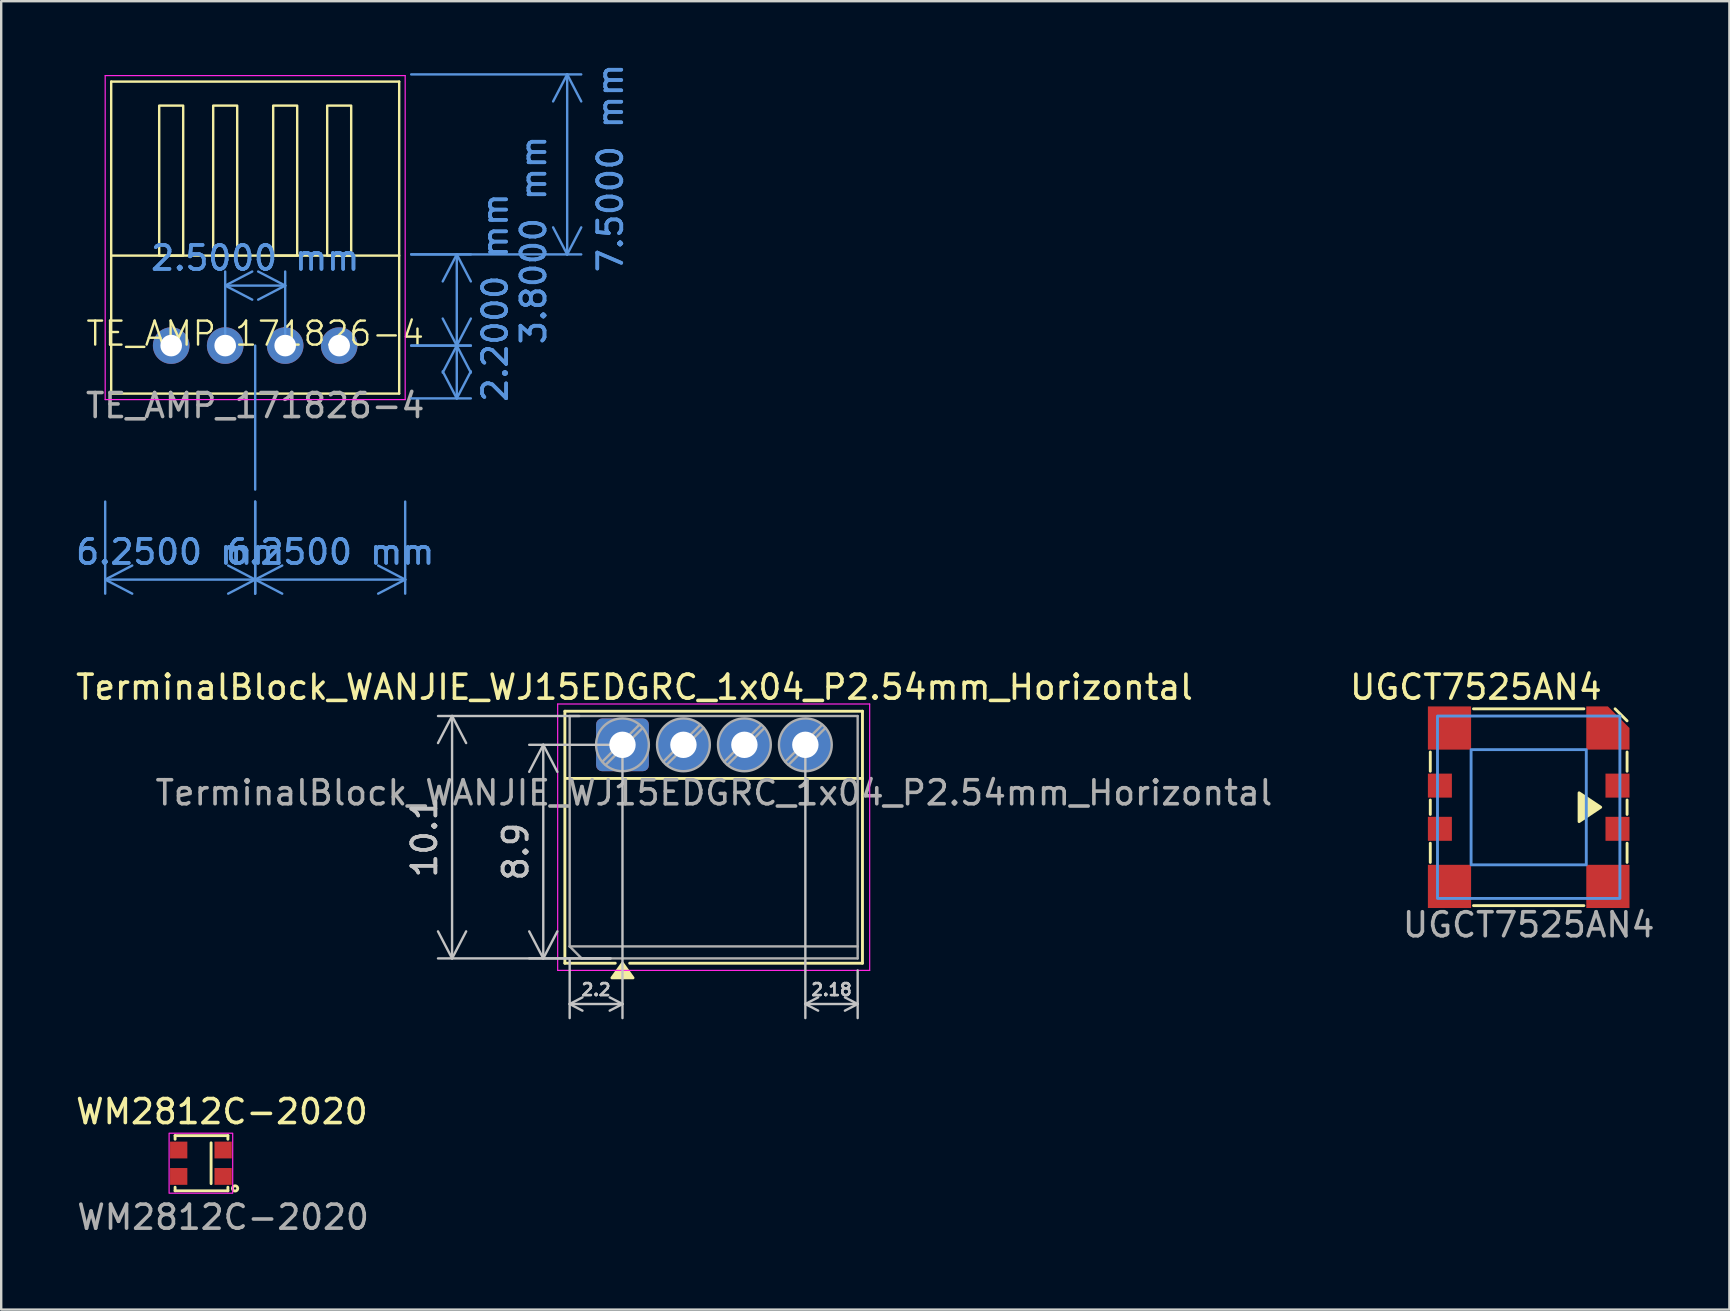
<source format=kicad_pcb>
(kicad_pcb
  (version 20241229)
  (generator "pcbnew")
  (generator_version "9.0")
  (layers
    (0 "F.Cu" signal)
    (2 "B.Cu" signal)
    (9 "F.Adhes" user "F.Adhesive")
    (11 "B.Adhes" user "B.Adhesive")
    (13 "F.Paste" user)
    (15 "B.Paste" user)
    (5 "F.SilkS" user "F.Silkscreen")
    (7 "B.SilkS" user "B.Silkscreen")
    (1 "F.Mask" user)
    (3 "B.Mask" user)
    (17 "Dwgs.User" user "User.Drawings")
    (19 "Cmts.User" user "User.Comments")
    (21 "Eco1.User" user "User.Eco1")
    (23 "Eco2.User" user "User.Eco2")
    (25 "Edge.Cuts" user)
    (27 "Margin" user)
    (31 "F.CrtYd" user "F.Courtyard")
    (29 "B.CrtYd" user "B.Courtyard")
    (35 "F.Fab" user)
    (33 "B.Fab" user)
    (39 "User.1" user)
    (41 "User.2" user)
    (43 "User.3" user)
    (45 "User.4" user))
  (footprint "UGCT7525AN4"
    (layer "F.Cu")
    (at 60.647 30.585)
    (property "Reference" "UGCT7525AN4" (at -2.2 -5 0) (unlocked yes) (layer "F.SilkS") (effects (font (size 1 1) (thickness 0.15))))
    (attr smd)
    (fp_line (start -4.1 -2.3) (end -4.1 -1.5) (stroke (width 0.12) (type default)) (layer "F.SilkS"))
    (fp_line (start -4.1 -0.3) (end -4.1 0.3) (stroke (width 0.12) (type default)) (layer "F.SilkS"))
    (fp_line (start -4.1 1.5) (end -4.1 2.3) (stroke (width 0.12) (type default)) (layer "F.SilkS"))
    (fp_line (start -2.3 -4.1) (end 2.3 -4.1) (stroke (width 0.12) (type default)) (layer "F.SilkS"))
    (fp_line (start -2.3 4.1) (end 2.3 4.1) (stroke (width 0.12) (type default)) (layer "F.SilkS"))
    (fp_line (start 3.6 -4.1) (end 4.1 -3.6) (stroke (width 0.12) (type default)) (layer "F.SilkS"))
    (fp_line (start 4.1 -2.3) (end 4.1 -1.5) (stroke (width 0.12) (type default)) (layer "F.SilkS"))
    (fp_line (start 4.1 -0.3) (end 4.1 0.3) (stroke (width 0.12) (type default)) (layer "F.SilkS"))
    (fp_line (start 4.1 1.5) (end 4.1 2.3) (stroke (width 0.12) (type default)) (layer "F.SilkS"))
    (fp_poly (pts (xy 3 0) (xy 2.1 -0.6) (xy 2.1 0.6)) (stroke (width 0.12) (type solid)) (fill yes) (layer "F.SilkS"))
    (fp_rect (start -3.8 -3.8) (end 3.8 3.8) (stroke (width 0.12) (type default)) (fill no) (layer "Cmts.User"))
    (fp_rect (start -2.4 -2.4) (end 2.4 2.4) (stroke (width 0.12) (type default)) (fill no) (layer "Cmts.User"))
    (fp_text user "${REFERENCE}" (at 0 4.9 0) (unlocked yes) (layer "F.Fab") (effects (font (size 1 1) (thickness 0.15))))
    (pad "" smd roundrect (at 3.3 -3.3) (size 1.8 1.8) (layers "F.Cu" "F.Mask" "F.Paste") (roundrect_rratio 0) (chamfer_ratio 0.5) (chamfer top_right))
    (pad "" smd rect (at 3.3 3.3) (size 1.8 1.8) (layers "F.Cu" "F.Mask" "F.Paste"))
    (pad "" smd rect (at 3.7 -0.9) (size 1 1) (layers "F.Cu" "F.Mask" "F.Paste"))
    (pad "" smd rect (at 3.7 0.9) (size 1 1) (layers "F.Cu" "F.Mask" "F.Paste"))
    (pad "1" smd rect (at -3.7 -0.9) (size 1 1) (layers "F.Cu" "F.Mask" "F.Paste"))
    (pad "1" smd rect (at -3.3 -3.3) (size 1.8 1.8) (layers "F.Cu" "F.Mask" "F.Paste"))
    (pad "2" smd rect (at -3.7 0.9) (size 1 1) (layers "F.Cu" "F.Mask" "F.Paste"))
    (pad "2" smd rect (at -3.3 3.3) (size 1.8 1.8) (layers "F.Cu" "F.Mask" "F.Paste")))
  (footprint "TerminalBlock_WANJIE_WJ15EDGRC_1x04_P2.54mm_Horizontal"
    (layer "F.Cu")
    (at 22.887 27.985)
    (property "Reference" "TerminalBlock_WANJIE_WJ15EDGRC_1x04_P2.54mm_Horizontal" (at 0.5 -2.4 0) (layer "F.SilkS") (effects (font (size 1 1) (thickness 0.15))))
    (attr through_hole)
    (fp_line (start -2.4 -1.4) (end 10 -1.4) (stroke (width 0.12) (type solid)) (layer "F.SilkS"))
    (fp_line (start -2.4 9.1) (end -2.4 -1.4) (stroke (width 0.12) (type solid)) (layer "F.SilkS"))
    (fp_line (start -2.36 1.4) (end 10 1.4) (stroke (width 0.12) (type solid)) (layer "F.SilkS"))
    (fp_line (start -0.3 9.1) (end -2.4 9.1) (stroke (width 0.12) (type solid)) (layer "F.SilkS"))
    (fp_line (start 10 -1.4) (end 10 9.1) (stroke (width 0.12) (type solid)) (layer "F.SilkS"))
    (fp_line (start 10 9.1) (end 0.3 9.1) (stroke (width 0.12) (type solid)) (layer "F.SilkS"))
    (fp_poly (pts (xy 0 9.1) (xy 0.44 9.71) (xy -0.44 9.71)) (stroke (width 0.12) (type solid)) (fill yes) (layer "F.SilkS"))
    (fp_line (start -2.7 -1.7) (end -2.7 9.4) (stroke (width 0.05) (type solid)) (layer "F.CrtYd"))
    (fp_line (start -2.7 9.4) (end 10.3 9.4) (stroke (width 0.05) (type solid)) (layer "F.CrtYd"))
    (fp_line (start 10.3 -1.7) (end -2.7 -1.7) (stroke (width 0.05) (type solid)) (layer "F.CrtYd"))
    (fp_line (start 10.3 9.4) (end 10.3 -1.7) (stroke (width 0.05) (type solid)) (layer "F.CrtYd"))
    (fp_line (start -2.2 -1.2) (end 9.8 -1.2) (stroke (width 0.1) (type solid)) (layer "F.Fab"))
    (fp_line (start -2.2 8.4) (end -2.2 -1.2) (stroke (width 0.1) (type solid)) (layer "F.Fab"))
    (fp_line (start -2.2 8.4) (end 9.8 8.4) (stroke (width 0.1) (type solid)) (layer "F.Fab"))
    (fp_line (start -1.7 8.9) (end -2.2 8.4) (stroke (width 0.1) (type solid)) (layer "F.Fab"))
    (fp_line (start 0.7 -0.834) (end -0.834 0.7) (stroke (width 0.1) (type solid)) (layer "F.Fab"))
    (fp_line (start 0.834 -0.7) (end -0.7 0.834) (stroke (width 0.1) (type solid)) (layer "F.Fab"))
    (fp_line (start 3.24 -0.834) (end 1.706 0.7) (stroke (width 0.1) (type solid)) (layer "F.Fab"))
    (fp_line (start 3.374 -0.7) (end 1.84 0.834) (stroke (width 0.1) (type solid)) (layer "F.Fab"))
    (fp_line (start 5.78 -0.834) (end 4.246 0.7) (stroke (width 0.1) (type solid)) (layer "F.Fab"))
    (fp_line (start 5.914 -0.7) (end 4.38 0.834) (stroke (width 0.1) (type solid)) (layer "F.Fab"))
    (fp_line (start 8.32 -0.834) (end 6.786 0.7) (stroke (width 0.1) (type solid)) (layer "F.Fab"))
    (fp_line (start 8.454 -0.7) (end 6.92 0.834) (stroke (width 0.1) (type solid)) (layer "F.Fab"))
    (fp_line (start 9.8 -1.2) (end 9.8 8.9) (stroke (width 0.1) (type solid)) (layer "F.Fab"))
    (fp_line (start 9.8 8.9) (end -1.7 8.9) (stroke (width 0.1) (type solid)) (layer "F.Fab"))
    (fp_circle (center 0 0) (end 1.1 0) (stroke (width 0.1) (type solid)) (fill no) (layer "F.Fab"))
    (fp_circle (center 2.54 0) (end 3.64 0) (stroke (width 0.1) (type solid)) (fill no) (layer "F.Fab"))
    (fp_circle (center 5.08 0) (end 6.18 0) (stroke (width 0.1) (type solid)) (fill no) (layer "F.Fab"))
    (fp_circle (center 7.62 0) (end 8.72 0) (stroke (width 0.1) (type solid)) (fill no) (layer "F.Fab"))
    (fp_text user "${REFERENCE}" (at 3.81 2 0) (layer "F.Fab") (effects (font (size 1 1) (thickness 0.15))))
    (dimension (type orthogonal) (layer "Dwgs.User") (pts (xy 22.887 27.985) (xy 20.687 36.385)) (height 10.8) (orientation 0) (format (prefix "") (suffix "") (units 3) (units_format 0) (precision 4) (suppress_zeroes yes)) (style (thickness 0.1) (arrow_length 0.6) (text_position_mode 0) (arrow_direction outward) (extension_height 0.586) (extension_offset 0.5) (keep_text_aligned yes)) (gr_text "2.2" (at 21.787 38.185 0) (layer "Dwgs.User") (effects (font (size 0.5 0.5) (thickness 0.1) (bold yes)))))
    (dimension (type orthogonal) (layer "Dwgs.User") (pts (xy 22.887 27.985) (xy 22.887 36.885)) (height -3.3) (orientation 1) (format (prefix "") (suffix "") (units 3) (units_format 0) (precision 4) (suppress_zeroes yes)) (style (thickness 0.1) (arrow_length 1.27) (text_position_mode 0) (arrow_direction outward) (extension_height 0.586) (extension_offset 0.5) (keep_text_aligned yes)) (gr_text "8.9" (at 18.437 32.435 90) (layer "Dwgs.User") (effects (font (size 1 1) (thickness 0.15)))))
    (dimension (type orthogonal) (layer "Dwgs.User") (pts (xy 32.687 36.885) (xy 30.507 27.985)) (height 1.9) (orientation 0) (format (prefix "") (suffix "") (units 3) (units_format 0) (precision 4) (suppress_zeroes yes)) (style (thickness 0.1) (arrow_length 0.6) (text_position_mode 0) (arrow_direction outward) (extension_height 0.586) (extension_offset 0.5) (keep_text_aligned yes)) (gr_text "2.18" (at 31.597 38.185 0) (layer "Dwgs.User") (effects (font (size 0.5 0.5) (thickness 0.1) (bold yes)))))
    (dimension (type orthogonal) (layer "Dwgs.User") (pts (xy 21.587 26.785) (xy 22.887 36.885)) (height -5.8) (orientation 1) (format (prefix "") (suffix "") (units 3) (units_format 0) (precision 4) (suppress_zeroes yes)) (style (thickness 0.1) (arrow_length 1.27) (text_position_mode 0) (arrow_direction outward) (extension_height 0.586) (extension_offset 0.5) (keep_text_aligned yes)) (gr_text "10.1" (at 14.637 31.835 90) (layer "Dwgs.User") (effects (font (size 1 1) (thickness 0.15)))))
    (pad "1" thru_hole roundrect (at 0 0) (size 2.2 2.2) (drill 1.1) (layers "*.Cu" "*.Mask") (roundrect_rratio 0.114))
    (pad "2" thru_hole circle (at 2.54 0) (size 2.2 2.2) (drill 1.1) (layers "*.Cu" "*.Mask"))
    (pad "3" thru_hole circle (at 5.08 0) (size 2.2 2.2) (drill 1.1) (layers "*.Cu" "*.Mask"))
    (pad "4" thru_hole circle (at 7.62 0) (size 2.2 2.2) (drill 1.1) (layers "*.Cu" "*.Mask")))
  (footprint "TE_AMP_171826-4"
    (layer "F.Cu")
    (at 7.583 11.35)
    (property "Reference" "TE_AMP_171826-4" (at 0 -0.5 0) (unlocked yes) (layer "F.SilkS") (effects (font (size 1 1) (thickness 0.1))))
    (attr through_hole)
    (fp_line (start -6 -11) (end -6 2) (stroke (width 0.1) (type default)) (layer "F.SilkS"))
    (fp_line (start -6 2) (end 6 2) (stroke (width 0.1) (type default)) (layer "F.SilkS"))
    (fp_line (start 6 -11) (end -6 -11) (stroke (width 0.1) (type default)) (layer "F.SilkS"))
    (fp_line (start 6 -3.75) (end -6 -3.75) (stroke (width 0.1) (type default)) (layer "F.SilkS"))
    (fp_line (start 6 2) (end 6 -11) (stroke (width 0.1) (type default)) (layer "F.SilkS"))
    (fp_rect (start -4 -10) (end -3 -3.75) (stroke (width 0.1) (type default)) (fill no) (layer "F.SilkS"))
    (fp_rect (start -1.75 -10) (end -0.75 -3.75) (stroke (width 0.1) (type default)) (fill no) (layer "F.SilkS"))
    (fp_rect (start 0.75 -10) (end 1.75 -3.75) (stroke (width 0.1) (type default)) (fill no) (layer "F.SilkS"))
    (fp_rect (start 3 -10) (end 4 -3.75) (stroke (width 0.1) (type default)) (fill no) (layer "F.SilkS"))
    (fp_line (start 0 0) (end 0 6) (stroke (width 0.1) (type default)) (layer "Cmts.User"))
    (fp_line (start -6.25 2.25) (end -6.25 -11.25) (stroke (width 0.05) (type default)) (layer "F.CrtYd"))
    (fp_line (start -6.25 2.25) (end 6.25 2.25) (stroke (width 0.05) (type default)) (layer "F.CrtYd"))
    (fp_line (start 6.25 -11.25) (end -6.25 -11.25) (stroke (width 0.05) (type default)) (layer "F.CrtYd"))
    (fp_line (start 6.25 2.25) (end 6.25 -11.25) (stroke (width 0.05) (type default)) (layer "F.CrtYd"))
    (fp_text user "${REFERENCE}" (at 0 2.5 0) (unlocked yes) (layer "F.Fab") (effects (font (size 1 1) (thickness 0.15))))
    (dimension (type aligned) (layer "Cmts.User") (pts (xy 7.583 17.35) (xy 13.833 17.35)) (height 3.75) (format (prefix "") (suffix "") (units 3) (units_format 1) (precision 4)) (style (thickness 0.1) (arrow_length 1.27) (text_position_mode 0) (arrow_direction outward) (extension_height 0.586) (extension_offset 0.5) (keep_text_aligned yes)) (gr_text "6.2500 mm" (at 10.708 19.95 0) (layer "Cmts.User") (effects (font (size 1 1) (thickness 0.15)))))
    (dimension (type aligned) (layer "Cmts.User") (pts (xy 1.333 17.35) (xy 7.583 17.35)) (height 3.75) (format (prefix "") (suffix "") (units 3) (units_format 1) (precision 4)) (style (thickness 0.1) (arrow_length 1.27) (text_position_mode 0) (arrow_direction outward) (extension_height 0.586) (extension_offset 0.5) (keep_text_aligned yes)) (gr_text "6.2500 mm" (at 4.458 19.95 0) (layer "Cmts.User") (effects (font (size 1 1) (thickness 0.15)))))
    (dimension (type aligned) (layer "Cmts.User") (pts (xy 13.583 7.55) (xy 13.583 0.05)) (height 7) (format (prefix "") (suffix "") (units 3) (units_format 1) (precision 4)) (style (thickness 0.1) (arrow_length 1.27) (text_position_mode 2) (arrow_direction outward) (extension_height 0.586) (extension_offset 0.5) (keep_text_aligned yes)) (gr_text "7.5000 mm" (at 22.383 3.95 90) (layer "Cmts.User") (effects (font (size 1 1) (thickness 0.15)))))
    (dimension (type aligned) (layer "Cmts.User") (pts (xy 6.333 11.35) (xy 8.833 11.35)) (height -2.5) (format (prefix "") (suffix "") (units 3) (units_format 1) (precision 4)) (style (thickness 0.1) (arrow_length 1.27) (text_position_mode 0) (arrow_direction outward) (extension_height 0.586) (extension_offset 0.5) (keep_text_aligned yes)) (gr_text "2.5000 mm" (at 7.583 7.7 0) (layer "Cmts.User") (effects (font (size 1 1) (thickness 0.15)))))
    (dimension (type aligned) (layer "Cmts.User") (pts (xy 13.583 11.35) (xy 13.583 7.55)) (height 2.4) (format (prefix "") (suffix "") (units 3) (units_format 1) (precision 4)) (style (thickness 0.1) (arrow_length 1.27) (text_position_mode 2) (arrow_direction outward) (extension_height 0.586) (extension_offset 0.5) (keep_text_aligned yes)) (gr_text "3.8000 mm" (at 19.183 6.95 90) (layer "Cmts.User") (effects (font (size 1 1) (thickness 0.15)))))
    (dimension (type aligned) (layer "Cmts.User") (pts (xy 13.583 11.35) (xy 13.583 13.55)) (height -2.4) (format (prefix "") (suffix "") (units 3) (units_format 1) (precision 4)) (style (thickness 0.1) (arrow_length 1.27) (text_position_mode 2) (arrow_direction outward) (extension_height 0.586) (extension_offset 0.5) (keep_text_aligned yes)) (gr_text "2.2000 mm" (at 17.583 9.35 90) (layer "Cmts.User") (effects (font (size 1 1) (thickness 0.15)))))
    (pad "1" thru_hole circle (at -3.5 0) (size 1.524 1.524) (drill 0.9) (layers "*.Cu" "*.Mask"))
    (pad "2" thru_hole circle (at -1.25 0) (size 1.524 1.524) (drill 0.9) (layers "*.Cu" "*.Mask"))
    (pad "3" thru_hole circle (at 1.25 0) (size 1.524 1.524) (drill 0.9) (layers "*.Cu" "*.Mask"))
    (pad "4" thru_hole circle (at 3.5 0) (size 1.524 1.524) (drill 0.9) (layers "*.Cu" "*.Mask")))
  (footprint "WM2812C-2020"
    (layer "F.Cu")
    (at 6.246 45.969)
    (property "Reference" "WM2812C-2020" (at -0.05 -2.7 0) (unlocked yes) (layer "F.SilkS") (effects (font (size 1 1) (thickness 0.15))))
    (attr smd)
    (fp_line (start -2 -1.7) (end 0.2 -1.7) (stroke (width 0.12) (type default)) (layer "F.SilkS"))
    (fp_line (start -2 -1.55) (end -2 -1.7) (stroke (width 0.12) (type default)) (layer "F.SilkS"))
    (fp_line (start -2 0.45) (end -2 0.6) (stroke (width 0.12) (type default)) (layer "F.SilkS"))
    (fp_line (start -2 0.6) (end 0.2 0.6) (stroke (width 0.12) (type default)) (layer "F.SilkS"))
    (fp_line (start -0.5 -1.4) (end -0.5 0.3) (stroke (width 0.12) (type default)) (layer "F.SilkS"))
    (fp_line (start 0.2 -1.7) (end 0.2 -1.55) (stroke (width 0.12) (type default)) (layer "F.SilkS"))
    (fp_line (start 0.2 0.6) (end 0.2 0.45) (stroke (width 0.12) (type default)) (layer "F.SilkS"))
    (fp_circle (center 0.5 0.5) (end 0.5 0.55) (stroke (width 0.12) (type default)) (fill no) (layer "F.SilkS"))
    (fp_rect (start -2.25 -1.8) (end 0.4 0.7) (stroke (width 0.05) (type default)) (fill no) (layer "F.CrtYd"))
    (fp_text user "${REFERENCE}" (at 0 1.7 0) (unlocked yes) (layer "F.Fab") (effects (font (size 1 1) (thickness 0.15))))
    (pad "DI" connect rect (at -1.85 -1.1) (size 0.72 0.7) (layers "F.Cu" "F.Mask"))
    (pad "DO" connect rect (at 0 0) (size 0.72 0.7) (layers "F.Cu" "F.Mask"))
    (pad "GND" connect rect (at 0 -1.1) (size 0.72 0.7) (layers "F.Cu" "F.Mask"))
    (pad "VDD" connect rect (at -1.85 0) (size 0.72 0.7) (layers "F.Cu" "F.Mask")))
  (gr_rect
    (start -3 -3)
    (end 69.01 51.518)
    (stroke (width 0.1) (type default))
    (fill no)
    (layer "Edge.Cuts")))
</source>
